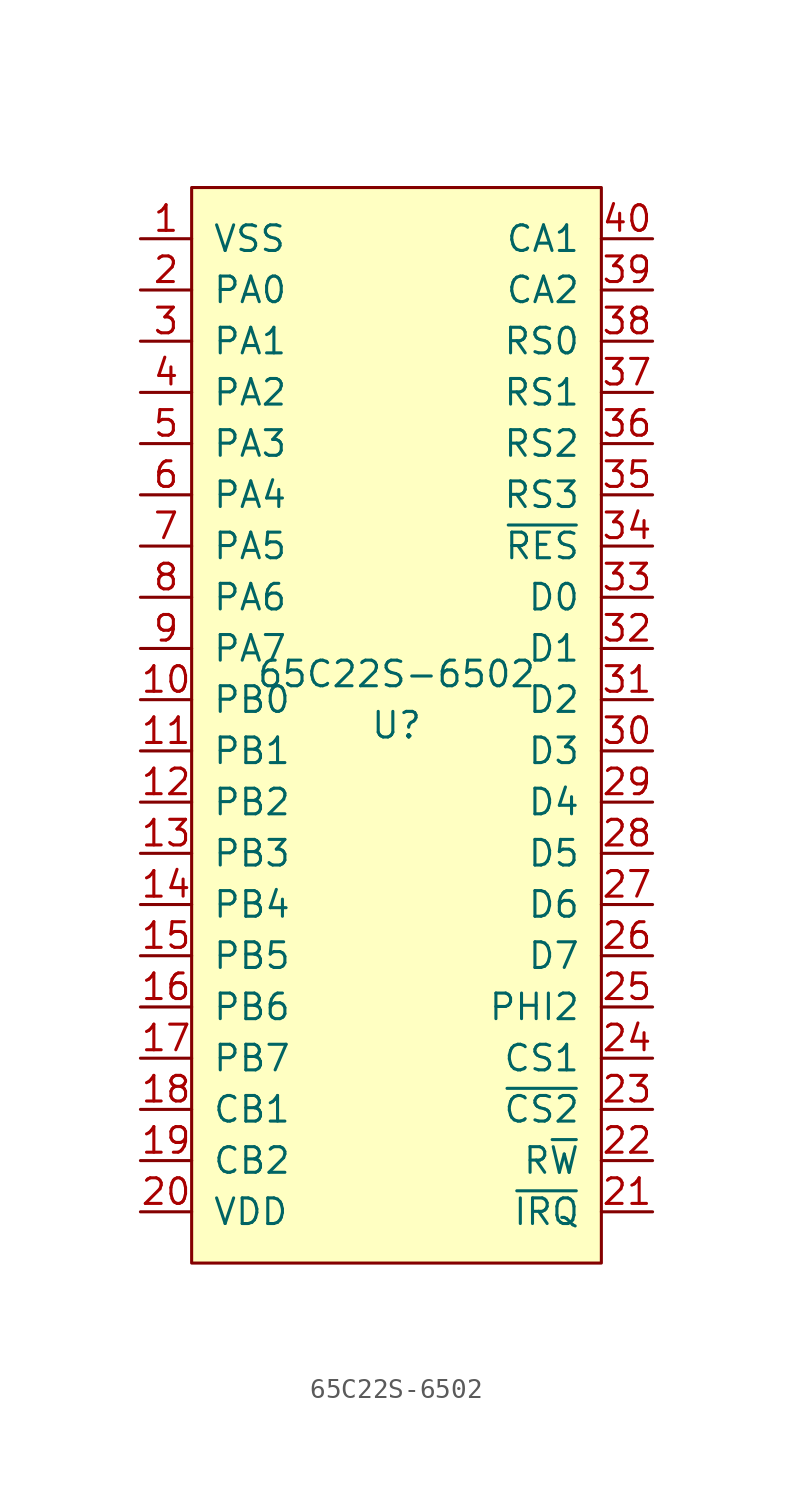
<source format=kicad_sym>
(kicad_symbol_lib
  (version 20220914)
  (generator kicad_symbol_editor)
  (symbol "65C22S-6502"
    (pin_names
      (offset 1.016))
    (property "Reference" "U"
      (at 0 -1.27 0)
      (effects (font (size 1.27 1.27))))
    (property "Value" "65C22S-6502"
      (at 0 1.27 0)
      (effects (font (size 1.27 1.27))))
    (symbol "65C22S-6502_1_1"
      (rectangle (start -10.16 25.4) (end 10.16 -27.94) (stroke (width 0) (type solid)) (fill (type background)))
      (pin power_in line (at -12.7 22.86 0) (length 2.54) (name "VSS" (effects (font (size 1.27 1.27)))) (number "1" (effects (font (size 1.27 1.27)))))
      (pin bidirectional line (at -12.7 0 0) (length 2.54) (name "PB0" (effects (font (size 1.27 1.27)))) (number "10" (effects (font (size 1.27 1.27)))))
      (pin bidirectional line (at -12.7 -2.54 0) (length 2.54) (name "PB1" (effects (font (size 1.27 1.27)))) (number "11" (effects (font (size 1.27 1.27)))))
      (pin bidirectional line (at -12.7 -5.08 0) (length 2.54) (name "PB2" (effects (font (size 1.27 1.27)))) (number "12" (effects (font (size 1.27 1.27)))))
      (pin bidirectional line (at -12.7 -7.62 0) (length 2.54) (name "PB3" (effects (font (size 1.27 1.27)))) (number "13" (effects (font (size 1.27 1.27)))))
      (pin bidirectional line (at -12.7 -10.16 0) (length 2.54) (name "PB4" (effects (font (size 1.27 1.27)))) (number "14" (effects (font (size 1.27 1.27)))))
      (pin bidirectional line (at -12.7 -12.7 0) (length 2.54) (name "PB5" (effects (font (size 1.27 1.27)))) (number "15" (effects (font (size 1.27 1.27)))))
      (pin bidirectional line (at -12.7 -15.24 0) (length 2.54) (name "PB6" (effects (font (size 1.27 1.27)))) (number "16" (effects (font (size 1.27 1.27)))))
      (pin bidirectional line (at -12.7 -17.78 0) (length 2.54) (name "PB7" (effects (font (size 1.27 1.27)))) (number "17" (effects (font (size 1.27 1.27)))))
      (pin bidirectional line (at -12.7 -20.32 0) (length 2.54) (name "CB1" (effects (font (size 1.27 1.27)))) (number "18" (effects (font (size 1.27 1.27)))))
      (pin bidirectional line (at -12.7 -22.86 0) (length 2.54) (name "CB2" (effects (font (size 1.27 1.27)))) (number "19" (effects (font (size 1.27 1.27)))))
      (pin bidirectional line (at -12.7 20.32 0) (length 2.54) (name "PA0" (effects (font (size 1.27 1.27)))) (number "2" (effects (font (size 1.27 1.27)))))
      (pin power_in line (at -12.7 -25.4 0) (length 2.54) (name "VDD" (effects (font (size 1.27 1.27)))) (number "20" (effects (font (size 1.27 1.27)))))
      (pin output line (at 12.7 -25.4 180) (length 2.54) (name "~{IRQ}" (effects (font (size 1.27 1.27)))) (number "21" (effects (font (size 1.27 1.27)))))
      (pin input line (at 12.7 -22.86 180) (length 2.54) (name "R~{W}" (effects (font (size 1.27 1.27)))) (number "22" (effects (font (size 1.27 1.27)))))
      (pin input line (at 12.7 -20.32 180) (length 2.54) (name "~{CS2}" (effects (font (size 1.27 1.27)))) (number "23" (effects (font (size 1.27 1.27)))))
      (pin input line (at 12.7 -17.78 180) (length 2.54) (name "CS1" (effects (font (size 1.27 1.27)))) (number "24" (effects (font (size 1.27 1.27)))))
      (pin input line (at 12.7 -15.24 180) (length 2.54) (name "PHI2" (effects (font (size 1.27 1.27)))) (number "25" (effects (font (size 1.27 1.27)))))
      (pin bidirectional line (at 12.7 -12.7 180) (length 2.54) (name "D7" (effects (font (size 1.27 1.27)))) (number "26" (effects (font (size 1.27 1.27)))))
      (pin bidirectional line (at 12.7 -10.16 180) (length 2.54) (name "D6" (effects (font (size 1.27 1.27)))) (number "27" (effects (font (size 1.27 1.27)))))
      (pin bidirectional line (at 12.7 -7.62 180) (length 2.54) (name "D5" (effects (font (size 1.27 1.27)))) (number "28" (effects (font (size 1.27 1.27)))))
      (pin bidirectional line (at 12.7 -5.08 180) (length 2.54) (name "D4" (effects (font (size 1.27 1.27)))) (number "29" (effects (font (size 1.27 1.27)))))
      (pin bidirectional line (at -12.7 17.78 0) (length 2.54) (name "PA1" (effects (font (size 1.27 1.27)))) (number "3" (effects (font (size 1.27 1.27)))))
      (pin bidirectional line (at 12.7 -2.54 180) (length 2.54) (name "D3" (effects (font (size 1.27 1.27)))) (number "30" (effects (font (size 1.27 1.27)))))
      (pin bidirectional line (at 12.7 0 180) (length 2.54) (name "D2" (effects (font (size 1.27 1.27)))) (number "31" (effects (font (size 1.27 1.27)))))
      (pin bidirectional line (at 12.7 2.54 180) (length 2.54) (name "D1" (effects (font (size 1.27 1.27)))) (number "32" (effects (font (size 1.27 1.27)))))
      (pin bidirectional line (at 12.7 5.08 180) (length 2.54) (name "D0" (effects (font (size 1.27 1.27)))) (number "33" (effects (font (size 1.27 1.27)))))
      (pin input line (at 12.7 7.62 180) (length 2.54) (name "~{RES}" (effects (font (size 1.27 1.27)))) (number "34" (effects (font (size 1.27 1.27)))))
      (pin input line (at 12.7 10.16 180) (length 2.54) (name "RS3" (effects (font (size 1.27 1.27)))) (number "35" (effects (font (size 1.27 1.27)))))
      (pin input line (at 12.7 12.7 180) (length 2.54) (name "RS2" (effects (font (size 1.27 1.27)))) (number "36" (effects (font (size 1.27 1.27)))))
      (pin input line (at 12.7 15.24 180) (length 2.54) (name "RS1" (effects (font (size 1.27 1.27)))) (number "37" (effects (font (size 1.27 1.27)))))
      (pin input line (at 12.7 17.78 180) (length 2.54) (name "RS0" (effects (font (size 1.27 1.27)))) (number "38" (effects (font (size 1.27 1.27)))))
      (pin bidirectional line (at 12.7 20.32 180) (length 2.54) (name "CA2" (effects (font (size 1.27 1.27)))) (number "39" (effects (font (size 1.27 1.27)))))
      (pin bidirectional line (at -12.7 15.24 0) (length 2.54) (name "PA2" (effects (font (size 1.27 1.27)))) (number "4" (effects (font (size 1.27 1.27)))))
      (pin bidirectional line (at 12.7 22.86 180) (length 2.54) (name "CA1" (effects (font (size 1.27 1.27)))) (number "40" (effects (font (size 1.27 1.27)))))
      (pin bidirectional line (at -12.7 12.7 0) (length 2.54) (name "PA3" (effects (font (size 1.27 1.27)))) (number "5" (effects (font (size 1.27 1.27)))))
      (pin bidirectional line (at -12.7 10.16 0) (length 2.54) (name "PA4" (effects (font (size 1.27 1.27)))) (number "6" (effects (font (size 1.27 1.27)))))
      (pin bidirectional line (at -12.7 7.62 0) (length 2.54) (name "PA5" (effects (font (size 1.27 1.27)))) (number "7" (effects (font (size 1.27 1.27)))))
      (pin bidirectional line (at -12.7 5.08 0) (length 2.54) (name "PA6" (effects (font (size 1.27 1.27)))) (number "8" (effects (font (size 1.27 1.27)))))
      (pin bidirectional line (at -12.7 2.54 0) (length 2.54) (name "PA7" (effects (font (size 1.27 1.27)))) (number "9" (effects (font (size 1.27 1.27))))))))
</source>
